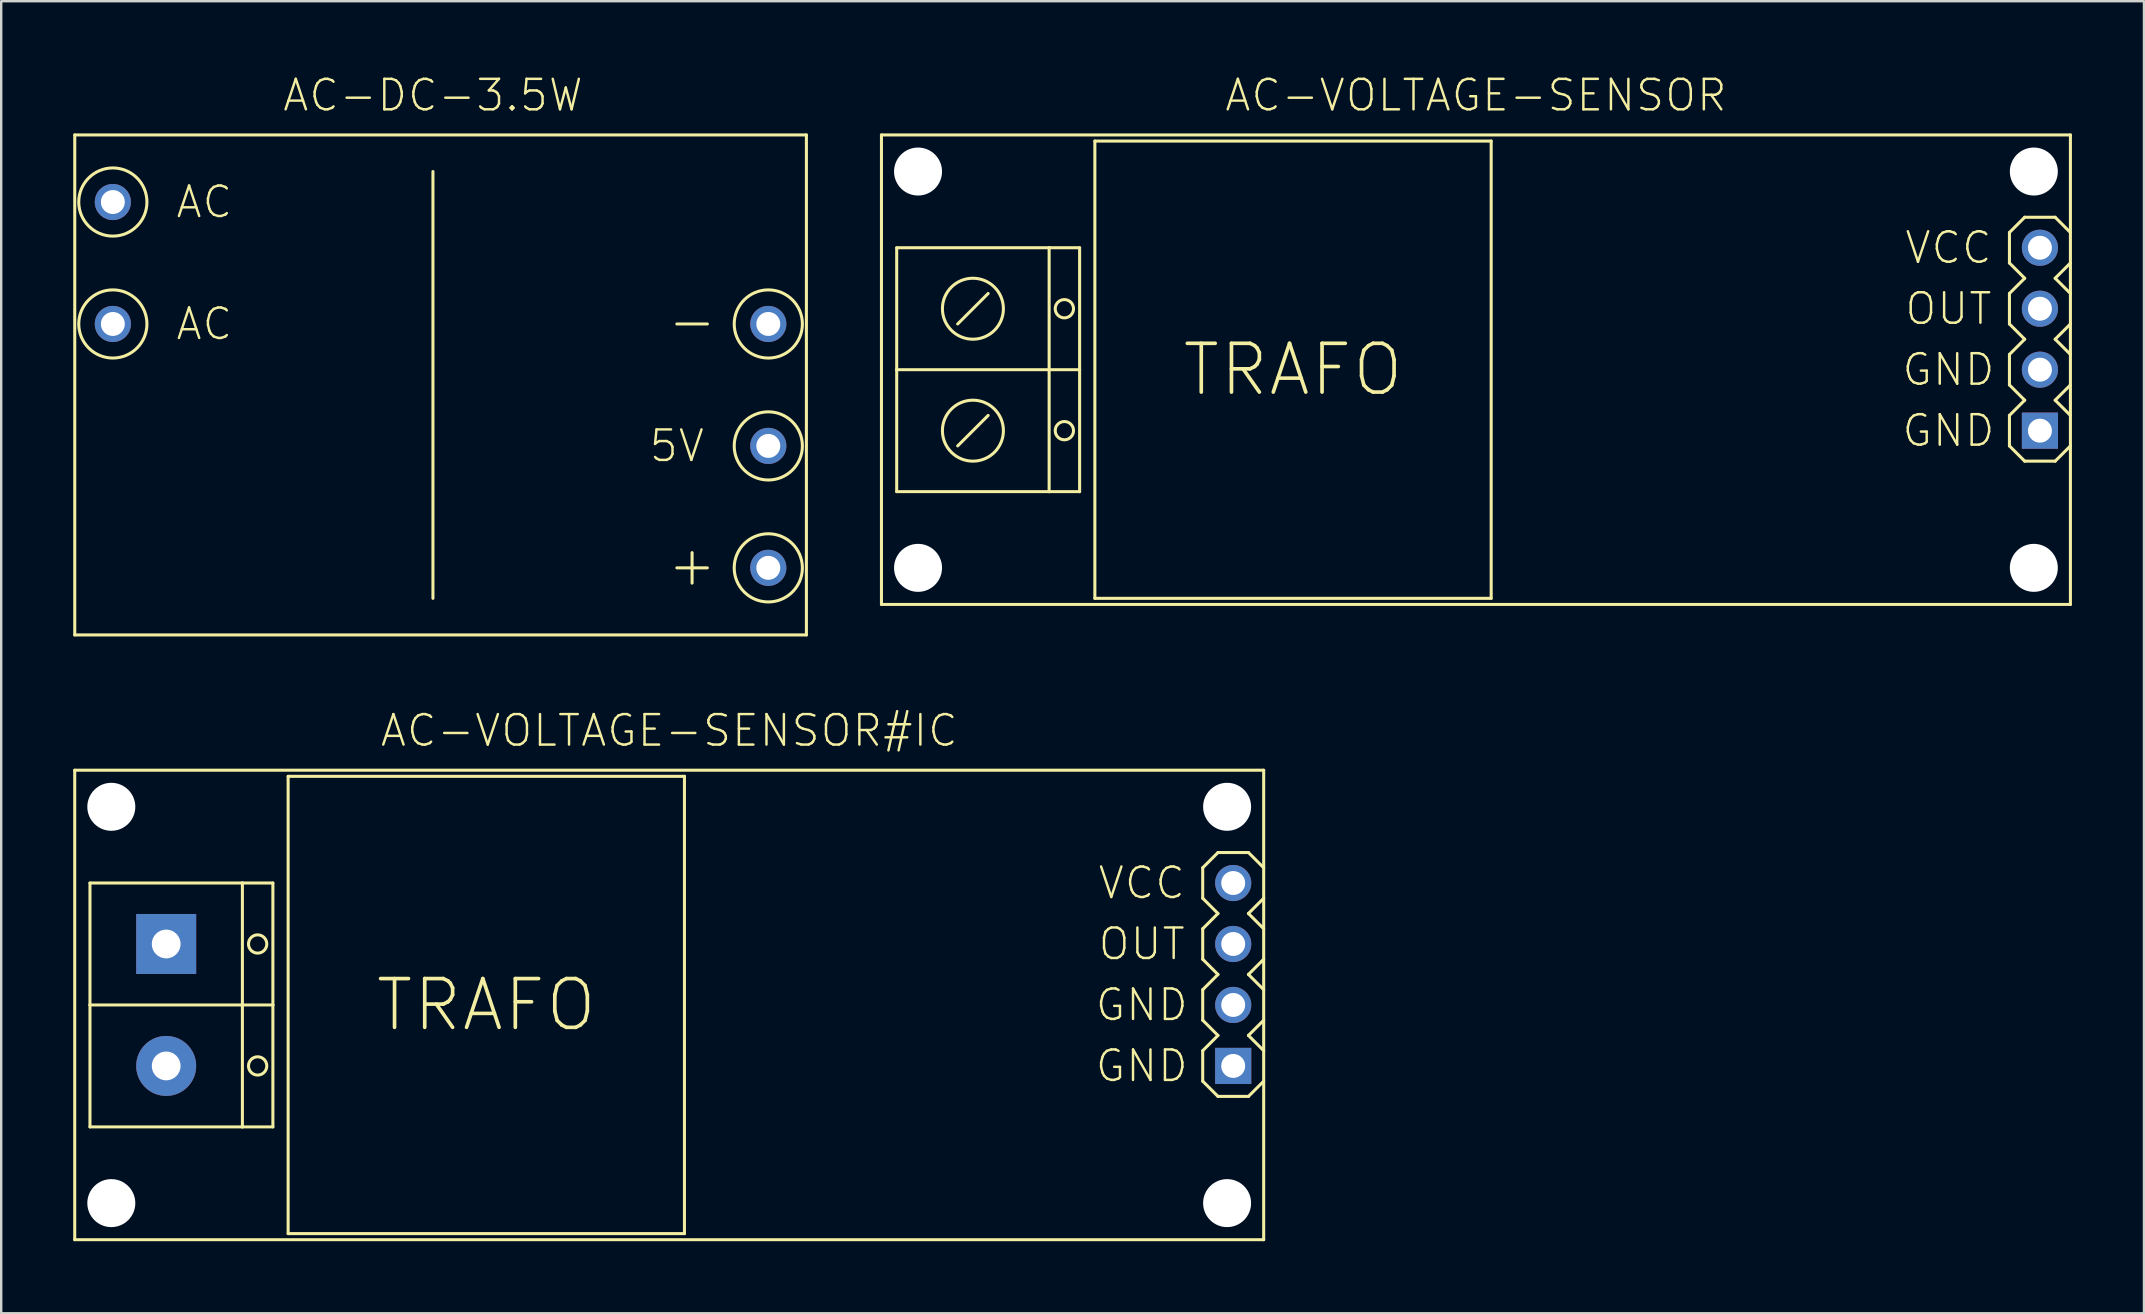
<source format=kicad_pcb>
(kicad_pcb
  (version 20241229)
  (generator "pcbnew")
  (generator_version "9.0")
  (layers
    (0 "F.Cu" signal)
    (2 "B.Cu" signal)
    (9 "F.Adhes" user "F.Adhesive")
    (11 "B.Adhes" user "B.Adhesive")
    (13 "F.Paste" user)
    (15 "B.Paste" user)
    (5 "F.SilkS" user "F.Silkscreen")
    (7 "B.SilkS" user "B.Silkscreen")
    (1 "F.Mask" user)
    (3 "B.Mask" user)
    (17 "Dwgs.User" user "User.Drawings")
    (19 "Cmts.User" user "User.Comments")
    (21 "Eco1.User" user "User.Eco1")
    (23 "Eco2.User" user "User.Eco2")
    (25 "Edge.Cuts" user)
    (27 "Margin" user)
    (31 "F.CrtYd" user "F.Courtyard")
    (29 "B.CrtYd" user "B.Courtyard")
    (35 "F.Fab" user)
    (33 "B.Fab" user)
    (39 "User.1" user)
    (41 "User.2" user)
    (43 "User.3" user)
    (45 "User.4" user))
  (footprint "AC-VOLTAGE-SENSOR"
    (layer "F.Cu")
    (at 58.435 12.351)
    (property "Reference" "AC-VOLTAGE-SENSOR" (at 0 -11.43 0) (layer "F.SilkS") (effects (font (size 1.27 1.27) (thickness 0.102))))
    (attr exclude_from_pos_files exclude_from_bom)
    (fp_line (start -24.765 -9.779) (end 24.765 -9.779) (stroke (width 0.127) (type solid)) (layer "F.SilkS"))
    (fp_line (start -24.765 9.779) (end -24.765 -9.779) (stroke (width 0.127) (type solid)) (layer "F.SilkS"))
    (fp_line (start -24.13 -5.08) (end -17.78 -5.08) (stroke (width 0.127) (type solid)) (layer "F.SilkS"))
    (fp_line (start -24.13 0) (end -24.13 -5.08) (stroke (width 0.127) (type solid)) (layer "F.SilkS"))
    (fp_line (start -24.13 5.08) (end -24.13 0) (stroke (width 0.127) (type solid)) (layer "F.SilkS"))
    (fp_line (start -20.32 -3.175) (end -21.59 -1.905) (stroke (width 0.127) (type solid)) (layer "F.SilkS"))
    (fp_line (start -20.32 1.905) (end -21.59 3.175) (stroke (width 0.127) (type solid)) (layer "F.SilkS"))
    (fp_line (start -17.78 -5.08) (end -17.78 5.08) (stroke (width 0.127) (type solid)) (layer "F.SilkS"))
    (fp_line (start -17.78 -5.08) (end -16.51 -5.08) (stroke (width 0.127) (type solid)) (layer "F.SilkS"))
    (fp_line (start -17.78 5.08) (end -24.13 5.08) (stroke (width 0.127) (type solid)) (layer "F.SilkS"))
    (fp_line (start -16.51 -5.08) (end -16.51 0) (stroke (width 0.127) (type solid)) (layer "F.SilkS"))
    (fp_line (start -16.51 0) (end -24.13 0) (stroke (width 0.127) (type solid)) (layer "F.SilkS"))
    (fp_line (start -16.51 0) (end -16.51 5.08) (stroke (width 0.127) (type solid)) (layer "F.SilkS"))
    (fp_line (start -16.51 5.08) (end -17.78 5.08) (stroke (width 0.127) (type solid)) (layer "F.SilkS"))
    (fp_line (start -15.875 -9.525) (end -15.875 9.525) (stroke (width 0.127) (type solid)) (layer "F.SilkS"))
    (fp_line (start -15.875 -9.525) (end 0.635 -9.525) (stroke (width 0.127) (type solid)) (layer "F.SilkS"))
    (fp_line (start -15.875 9.525) (end 0.635 9.525) (stroke (width 0.127) (type solid)) (layer "F.SilkS"))
    (fp_line (start 0.635 -9.525) (end 0.635 9.525) (stroke (width 0.127) (type solid)) (layer "F.SilkS"))
    (fp_line (start 22.225 -5.715) (end 22.86 -6.35) (stroke (width 0.127) (type solid)) (layer "F.SilkS"))
    (fp_line (start 22.225 -4.445) (end 22.225 -5.715) (stroke (width 0.127) (type solid)) (layer "F.SilkS"))
    (fp_line (start 22.225 -3.175) (end 22.86 -3.81) (stroke (width 0.127) (type solid)) (layer "F.SilkS"))
    (fp_line (start 22.225 -1.905) (end 22.225 -3.175) (stroke (width 0.127) (type solid)) (layer "F.SilkS"))
    (fp_line (start 22.225 -0.635) (end 22.86 -1.27) (stroke (width 0.127) (type solid)) (layer "F.SilkS"))
    (fp_line (start 22.225 0.635) (end 22.225 -0.635) (stroke (width 0.127) (type solid)) (layer "F.SilkS"))
    (fp_line (start 22.225 1.905) (end 22.225 3.175) (stroke (width 0.127) (type solid)) (layer "F.SilkS"))
    (fp_line (start 22.225 3.175) (end 22.86 3.81) (stroke (width 0.127) (type solid)) (layer "F.SilkS"))
    (fp_line (start 22.86 -6.35) (end 24.13 -6.35) (stroke (width 0.127) (type solid)) (layer "F.SilkS"))
    (fp_line (start 22.86 -3.81) (end 22.225 -4.445) (stroke (width 0.127) (type solid)) (layer "F.SilkS"))
    (fp_line (start 22.86 -1.27) (end 22.225 -1.905) (stroke (width 0.127) (type solid)) (layer "F.SilkS"))
    (fp_line (start 22.86 1.27) (end 22.225 0.635) (stroke (width 0.127) (type solid)) (layer "F.SilkS"))
    (fp_line (start 22.86 1.27) (end 22.225 1.905) (stroke (width 0.127) (type solid)) (layer "F.SilkS"))
    (fp_line (start 22.86 3.81) (end 24.13 3.81) (stroke (width 0.127) (type solid)) (layer "F.SilkS"))
    (fp_line (start 24.13 -6.35) (end 24.765 -5.715) (stroke (width 0.127) (type solid)) (layer "F.SilkS"))
    (fp_line (start 24.13 -3.81) (end 24.765 -3.175) (stroke (width 0.127) (type solid)) (layer "F.SilkS"))
    (fp_line (start 24.13 -1.27) (end 24.765 -0.635) (stroke (width 0.127) (type solid)) (layer "F.SilkS"))
    (fp_line (start 24.13 3.81) (end 24.765 3.175) (stroke (width 0.127) (type solid)) (layer "F.SilkS"))
    (fp_line (start 24.765 -9.779) (end 24.765 9.779) (stroke (width 0.127) (type solid)) (layer "F.SilkS"))
    (fp_line (start 24.765 -4.445) (end 24.13 -3.81) (stroke (width 0.127) (type solid)) (layer "F.SilkS"))
    (fp_line (start 24.765 -1.905) (end 24.13 -1.27) (stroke (width 0.127) (type solid)) (layer "F.SilkS"))
    (fp_line (start 24.765 0.635) (end 24.13 1.27) (stroke (width 0.127) (type solid)) (layer "F.SilkS"))
    (fp_line (start 24.765 1.905) (end 24.13 1.27) (stroke (width 0.127) (type solid)) (layer "F.SilkS"))
    (fp_line (start 24.765 9.779) (end -24.765 9.779) (stroke (width 0.127) (type solid)) (layer "F.SilkS"))
    (fp_circle (center -20.955 -2.54) (end -20.955 -3.81) (stroke (width 0.127) (type solid)) (fill no) (layer "F.SilkS"))
    (fp_circle (center -20.955 2.54) (end -20.955 1.27) (stroke (width 0.127) (type solid)) (fill no) (layer "F.SilkS"))
    (fp_circle (center -17.145 -2.54) (end -17.145 -2.921) (stroke (width 0.127) (type solid)) (fill no) (layer "F.SilkS"))
    (fp_circle (center -17.145 2.54) (end -17.145 2.159) (stroke (width 0.127) (type solid)) (fill no) (layer "F.SilkS"))
    (fp_text user "GND" (at 19.685 2.54 0) (layer "F.SilkS") (effects (font (size 1.27 1.27) (thickness 0.102))))
    (fp_text user "OUT" (at 19.685 -2.54 0) (layer "F.SilkS") (effects (font (size 1.27 1.27) (thickness 0.102))))
    (fp_text user "GND" (at 19.685 0 0) (layer "F.SilkS") (effects (font (size 1.27 1.27) (thickness 0.102))))
    (fp_text user "TRAFO" (at -7.62 0 0) (layer "F.SilkS") (effects (font (size 2.032 2.032) (thickness 0.152))))
    (fp_text user "VCC" (at 19.685 -5.08 0) (layer "F.SilkS") (effects (font (size 1.27 1.27) (thickness 0.102))))
    (pad "" np_thru_hole circle (at -23.241 -8.255) (size 1.999 1.999) (drill 1.999) (layers "*.Cu" "*.Mask"))
    (pad "" np_thru_hole circle (at -23.241 8.255) (size 1.999 1.999) (drill 1.999) (layers "*.Cu" "*.Mask"))
    (pad "" np_thru_hole circle (at 23.241 -8.255) (size 1.999 1.999) (drill 1.999) (layers "*.Cu" "*.Mask"))
    (pad "" np_thru_hole circle (at 23.241 8.255) (size 1.999 1.999) (drill 1.999) (layers "*.Cu" "*.Mask"))
    (pad "1" thru_hole rect (at 23.495 2.54) (size 1.506 1.506) (drill 0.998) (layers "*.Cu" "*.Paste" "*.Mask"))
    (pad "2" thru_hole circle (at 23.495 0) (size 1.506 1.506) (drill 0.998) (layers "*.Cu" "*.Paste" "*.Mask"))
    (pad "3" thru_hole circle (at 23.495 -2.54) (size 1.506 1.506) (drill 0.998) (layers "*.Cu" "*.Paste" "*.Mask"))
    (pad "4" thru_hole circle (at 23.495 -5.08) (size 1.506 1.506) (drill 0.998) (layers "*.Cu" "*.Paste" "*.Mask")))
  (footprint "AC-DC-3.5W"
    (layer "F.Cu")
    (at 14.986 12.986)
    (property "Reference" "AC-DC-3.5W" (at 0 -12.065 0) (layer "F.SilkS") (effects (font (size 1.27 1.27) (thickness 0.102))))
    (attr through_hole exclude_from_pos_files exclude_from_bom)
    (fp_line (start -14.922 -10.414) (end 15.557 -10.414) (stroke (width 0.127) (type solid)) (layer "F.SilkS"))
    (fp_line (start -14.922 10.414) (end -14.922 -10.414) (stroke (width 0.127) (type solid)) (layer "F.SilkS"))
    (fp_line (start 0 -8.89) (end 0 8.89) (stroke (width 0.127) (type solid)) (layer "F.SilkS"))
    (fp_line (start 10.795 8.255) (end 10.795 6.985) (stroke (width 0.127) (type solid)) (layer "F.SilkS"))
    (fp_line (start 11.43 -2.54) (end 10.16 -2.54) (stroke (width 0.127) (type solid)) (layer "F.SilkS"))
    (fp_line (start 11.43 7.62) (end 10.16 7.62) (stroke (width 0.127) (type solid)) (layer "F.SilkS"))
    (fp_line (start 15.557 -10.414) (end 15.557 10.414) (stroke (width 0.127) (type solid)) (layer "F.SilkS"))
    (fp_line (start 15.557 10.414) (end -14.922 10.414) (stroke (width 0.127) (type solid)) (layer "F.SilkS"))
    (fp_circle (center -13.335 -7.62) (end -13.335 -9.04) (stroke (width 0.127) (type solid)) (fill no) (layer "F.SilkS"))
    (fp_circle (center -13.335 -2.54) (end -13.335 -3.96) (stroke (width 0.127) (type solid)) (fill no) (layer "F.SilkS"))
    (fp_circle (center 13.97 -2.54) (end 13.97 -3.96) (stroke (width 0.127) (type solid)) (fill no) (layer "F.SilkS"))
    (fp_circle (center 13.97 2.54) (end 13.97 1.12) (stroke (width 0.127) (type solid)) (fill no) (layer "F.SilkS"))
    (fp_circle (center 13.97 7.62) (end 13.97 6.2) (stroke (width 0.127) (type solid)) (fill no) (layer "F.SilkS"))
    (fp_text user "AC" (at -9.525 -2.54 0) (layer "F.SilkS") (effects (font (size 1.27 1.27) (thickness 0.102))))
    (fp_text user "5V" (at 10.16 2.54 0) (layer "F.SilkS") (effects (font (size 1.27 1.27) (thickness 0.102))))
    (fp_text user "AC" (at -9.525 -7.62 0) (layer "F.SilkS") (effects (font (size 1.27 1.27) (thickness 0.102))))
    (pad "J1.1" thru_hole circle (at -13.335 -7.62) (size 1.506 1.506) (drill 0.998) (layers "*.Cu" "*.Paste" "*.Mask"))
    (pad "J1.2" thru_hole circle (at -13.335 -2.54) (size 1.506 1.506) (drill 0.998) (layers "*.Cu" "*.Paste" "*.Mask"))
    (pad "J2.1" thru_hole circle (at 13.97 -2.54) (size 1.506 1.506) (drill 0.998) (layers "*.Cu" "*.Paste" "*.Mask"))
    (pad "J2.2" thru_hole circle (at 13.97 2.54) (size 1.506 1.506) (drill 0.998) (layers "*.Cu" "*.Paste" "*.Mask"))
    (pad "J2.3" thru_hole circle (at 13.97 7.62) (size 1.506 1.506) (drill 0.998) (layers "*.Cu" "*.Paste" "*.Mask")))
  (footprint "AC-VOLTAGE-SENSOR#IC"
    (layer "F.Cu")
    (at 24.828 38.815)
    (property "Reference" "AC-VOLTAGE-SENSOR#IC" (at 0 -11.43 0) (layer "F.SilkS") (effects (font (size 1.27 1.27) (thickness 0.102))))
    (attr exclude_from_pos_files exclude_from_bom)
    (fp_line (start -24.765 -9.779) (end 24.765 -9.779) (stroke (width 0.127) (type solid)) (layer "F.SilkS"))
    (fp_line (start -24.765 9.779) (end -24.765 -9.779) (stroke (width 0.127) (type solid)) (layer "F.SilkS"))
    (fp_line (start -24.13 -5.08) (end -17.78 -5.08) (stroke (width 0.127) (type solid)) (layer "F.SilkS"))
    (fp_line (start -24.13 0) (end -24.13 -5.08) (stroke (width 0.127) (type solid)) (layer "F.SilkS"))
    (fp_line (start -24.13 5.08) (end -24.13 0) (stroke (width 0.127) (type solid)) (layer "F.SilkS"))
    (fp_line (start -17.78 -5.08) (end -17.78 5.08) (stroke (width 0.127) (type solid)) (layer "F.SilkS"))
    (fp_line (start -17.78 -5.08) (end -16.51 -5.08) (stroke (width 0.127) (type solid)) (layer "F.SilkS"))
    (fp_line (start -17.78 5.08) (end -24.13 5.08) (stroke (width 0.127) (type solid)) (layer "F.SilkS"))
    (fp_line (start -16.51 -5.08) (end -16.51 0) (stroke (width 0.127) (type solid)) (layer "F.SilkS"))
    (fp_line (start -16.51 0) (end -24.13 0) (stroke (width 0.127) (type solid)) (layer "F.SilkS"))
    (fp_line (start -16.51 0) (end -16.51 5.08) (stroke (width 0.127) (type solid)) (layer "F.SilkS"))
    (fp_line (start -16.51 5.08) (end -17.78 5.08) (stroke (width 0.127) (type solid)) (layer "F.SilkS"))
    (fp_line (start -15.875 -9.525) (end -15.875 9.525) (stroke (width 0.127) (type solid)) (layer "F.SilkS"))
    (fp_line (start -15.875 -9.525) (end 0.635 -9.525) (stroke (width 0.127) (type solid)) (layer "F.SilkS"))
    (fp_line (start -15.875 9.525) (end 0.635 9.525) (stroke (width 0.127) (type solid)) (layer "F.SilkS"))
    (fp_line (start 0.635 -9.525) (end 0.635 9.525) (stroke (width 0.127) (type solid)) (layer "F.SilkS"))
    (fp_line (start 22.225 -5.715) (end 22.86 -6.35) (stroke (width 0.127) (type solid)) (layer "F.SilkS"))
    (fp_line (start 22.225 -4.445) (end 22.225 -5.715) (stroke (width 0.127) (type solid)) (layer "F.SilkS"))
    (fp_line (start 22.225 -3.175) (end 22.86 -3.81) (stroke (width 0.127) (type solid)) (layer "F.SilkS"))
    (fp_line (start 22.225 -1.905) (end 22.225 -3.175) (stroke (width 0.127) (type solid)) (layer "F.SilkS"))
    (fp_line (start 22.225 -0.635) (end 22.86 -1.27) (stroke (width 0.127) (type solid)) (layer "F.SilkS"))
    (fp_line (start 22.225 0.635) (end 22.225 -0.635) (stroke (width 0.127) (type solid)) (layer "F.SilkS"))
    (fp_line (start 22.225 1.905) (end 22.225 3.175) (stroke (width 0.127) (type solid)) (layer "F.SilkS"))
    (fp_line (start 22.225 3.175) (end 22.86 3.81) (stroke (width 0.127) (type solid)) (layer "F.SilkS"))
    (fp_line (start 22.86 -6.35) (end 24.13 -6.35) (stroke (width 0.127) (type solid)) (layer "F.SilkS"))
    (fp_line (start 22.86 -3.81) (end 22.225 -4.445) (stroke (width 0.127) (type solid)) (layer "F.SilkS"))
    (fp_line (start 22.86 -1.27) (end 22.225 -1.905) (stroke (width 0.127) (type solid)) (layer "F.SilkS"))
    (fp_line (start 22.86 1.27) (end 22.225 0.635) (stroke (width 0.127) (type solid)) (layer "F.SilkS"))
    (fp_line (start 22.86 1.27) (end 22.225 1.905) (stroke (width 0.127) (type solid)) (layer "F.SilkS"))
    (fp_line (start 22.86 3.81) (end 24.13 3.81) (stroke (width 0.127) (type solid)) (layer "F.SilkS"))
    (fp_line (start 24.13 -6.35) (end 24.765 -5.715) (stroke (width 0.127) (type solid)) (layer "F.SilkS"))
    (fp_line (start 24.13 -3.81) (end 24.765 -3.175) (stroke (width 0.127) (type solid)) (layer "F.SilkS"))
    (fp_line (start 24.13 -1.27) (end 24.765 -0.635) (stroke (width 0.127) (type solid)) (layer "F.SilkS"))
    (fp_line (start 24.13 3.81) (end 24.765 3.175) (stroke (width 0.127) (type solid)) (layer "F.SilkS"))
    (fp_line (start 24.765 -9.779) (end 24.765 9.779) (stroke (width 0.127) (type solid)) (layer "F.SilkS"))
    (fp_line (start 24.765 -4.445) (end 24.13 -3.81) (stroke (width 0.127) (type solid)) (layer "F.SilkS"))
    (fp_line (start 24.765 -1.905) (end 24.13 -1.27) (stroke (width 0.127) (type solid)) (layer "F.SilkS"))
    (fp_line (start 24.765 0.635) (end 24.13 1.27) (stroke (width 0.127) (type solid)) (layer "F.SilkS"))
    (fp_line (start 24.765 1.905) (end 24.13 1.27) (stroke (width 0.127) (type solid)) (layer "F.SilkS"))
    (fp_line (start 24.765 9.779) (end -24.765 9.779) (stroke (width 0.127) (type solid)) (layer "F.SilkS"))
    (fp_circle (center -17.145 -2.54) (end -17.145 -2.921) (stroke (width 0.127) (type solid)) (fill no) (layer "F.SilkS"))
    (fp_circle (center -17.145 2.54) (end -17.145 2.159) (stroke (width 0.127) (type solid)) (fill no) (layer "F.SilkS"))
    (fp_text user "GND" (at 19.685 0 0) (layer "F.SilkS") (effects (font (size 1.27 1.27) (thickness 0.102))))
    (fp_text user "VCC" (at 19.685 -5.08 0) (layer "F.SilkS") (effects (font (size 1.27 1.27) (thickness 0.102))))
    (fp_text user "OUT" (at 19.685 -2.54 0) (layer "F.SilkS") (effects (font (size 1.27 1.27) (thickness 0.102))))
    (fp_text user "TRAFO" (at -7.62 0 0) (layer "F.SilkS") (effects (font (size 2.032 2.032) (thickness 0.152))))
    (fp_text user "GND" (at 19.685 2.54 0) (layer "F.SilkS") (effects (font (size 1.27 1.27) (thickness 0.102))))
    (pad "" np_thru_hole circle (at -23.241 -8.255) (size 1.999 1.999) (drill 1.999) (layers "*.Cu" "*.Mask"))
    (pad "" np_thru_hole circle (at -23.241 8.255) (size 1.999 1.999) (drill 1.999) (layers "*.Cu" "*.Mask"))
    (pad "" np_thru_hole circle (at 23.241 -8.255) (size 1.999 1.999) (drill 1.999) (layers "*.Cu" "*.Mask"))
    (pad "" np_thru_hole circle (at 23.241 8.255) (size 1.999 1.999) (drill 1.999) (layers "*.Cu" "*.Mask"))
    (pad "1" thru_hole rect (at 23.495 2.54) (size 1.506 1.506) (drill 0.998) (layers "*.Cu" "*.Paste" "*.Mask"))
    (pad "2" thru_hole circle (at 23.495 0) (size 1.506 1.506) (drill 0.998) (layers "*.Cu" "*.Paste" "*.Mask"))
    (pad "3" thru_hole circle (at 23.495 -2.54) (size 1.506 1.506) (drill 0.998) (layers "*.Cu" "*.Paste" "*.Mask"))
    (pad "4" thru_hole circle (at 23.495 -5.08) (size 1.506 1.506) (drill 0.998) (layers "*.Cu" "*.Paste" "*.Mask"))
    (pad "P1.1" thru_hole rect (at -20.955 -2.54) (size 2.499 2.499) (drill 1.199) (layers "*.Cu" "*.Paste" "*.Mask"))
    (pad "P1.2" thru_hole circle (at -20.955 2.54) (size 2.499 2.499) (drill 1.199) (layers "*.Cu" "*.Paste" "*.Mask")))
  (gr_rect
    (start -3 -3)
    (end 86.264 51.658)
    (stroke (width 0.1) (type default))
    (fill no)
    (layer "Edge.Cuts")))
</source>
